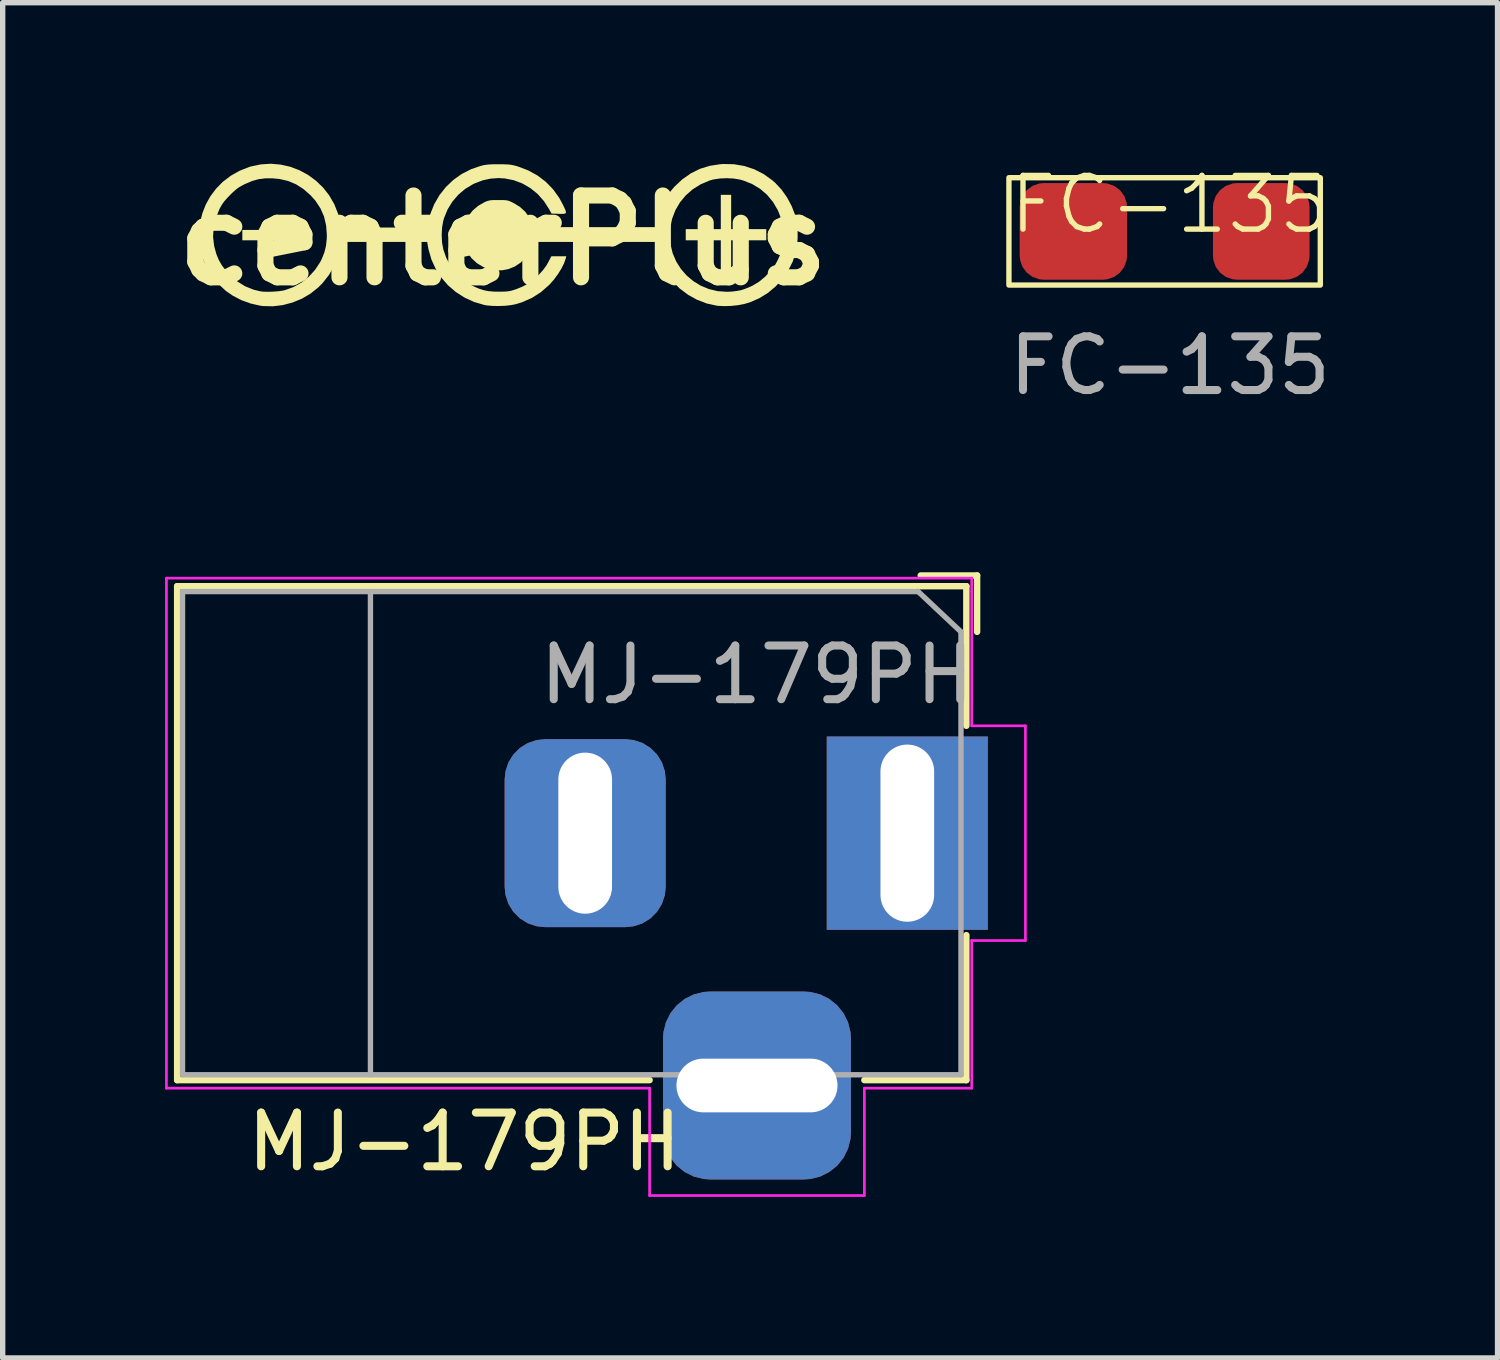
<source format=kicad_pcb>
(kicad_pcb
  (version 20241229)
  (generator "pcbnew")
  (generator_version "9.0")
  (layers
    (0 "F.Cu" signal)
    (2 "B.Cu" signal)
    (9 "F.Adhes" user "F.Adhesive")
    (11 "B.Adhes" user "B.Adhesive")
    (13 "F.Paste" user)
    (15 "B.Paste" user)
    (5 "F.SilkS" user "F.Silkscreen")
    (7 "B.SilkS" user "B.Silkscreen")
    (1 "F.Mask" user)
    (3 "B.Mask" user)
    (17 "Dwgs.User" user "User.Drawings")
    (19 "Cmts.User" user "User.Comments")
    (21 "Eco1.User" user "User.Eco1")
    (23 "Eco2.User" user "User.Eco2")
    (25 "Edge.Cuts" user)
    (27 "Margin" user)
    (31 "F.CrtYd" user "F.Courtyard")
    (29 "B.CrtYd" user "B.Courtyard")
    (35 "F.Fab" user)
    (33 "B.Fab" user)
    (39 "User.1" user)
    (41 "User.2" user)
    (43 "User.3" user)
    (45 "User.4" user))
  (footprint "centerPlus"
    (layer "F.Cu")
    (at 6.321 1.426)
    (property "Reference" "centerPlus" (at 0 0 0) (layer "F.SilkS") (effects (font (size 1.524 1.524) (thickness 0.3))))
    (attr board_only exclude_from_pos_files exclude_from_bom)
    (fp_poly (pts (xy -3.855 0) (xy -4.857 0) (xy -4.857 -0.193) (xy -3.855 -0.193)) (stroke (width 0) (type solid)) (fill yes) (layer "F.SilkS"))
    (fp_poly (pts (xy 4.248 -0.208) (xy 4.902 -0.208) (xy 4.902 0) (xy 4.248 0) (xy 4.248 0.654) (xy 4.055 0.654) (xy 4.055 0) (xy 3.402 0) (xy 3.402 -0.208) (xy 4.055 -0.208) (xy 4.055 -0.847) (xy 4.248 -0.847)) (stroke (width 0) (type solid)) (fill yes) (layer "F.SilkS"))
    (fp_poly (pts (xy 4.301 -1.417) (xy 4.494 -1.384) (xy 4.678 -1.323) (xy 4.851 -1.235) (xy 5.013 -1.119) (xy 5.068 -1.071) (xy 5.185 -0.946) (xy 5.289 -0.799) (xy 5.375 -0.638) (xy 5.44 -0.47) (xy 5.453 -0.423) (xy 5.475 -0.308) (xy 5.486 -0.175) (xy 5.486 -0.035) (xy 5.475 0.1) (xy 5.454 0.215) (xy 5.395 0.396) (xy 5.31 0.565) (xy 5.203 0.721) (xy 5.076 0.86) (xy 4.931 0.981) (xy 4.772 1.079) (xy 4.601 1.154) (xy 4.486 1.188) (xy 4.373 1.209) (xy 4.249 1.222) (xy 4.125 1.226) (xy 4.013 1.221) (xy 3.982 1.218) (xy 3.794 1.177) (xy 3.614 1.108) (xy 3.445 1.015) (xy 3.291 0.899) (xy 3.155 0.761) (xy 3.049 0.62) (xy 2.991 0.522) (xy 2.943 0.421) (xy 2.904 0.311) (xy 2.869 0.183) (xy 2.843 0.063) (xy 2.837 0.03) (xy 0.567 0.03) (xy 0.549 0.085) (xy 0.494 0.214) (xy 0.418 0.325) (xy 0.325 0.417) (xy 0.218 0.488) (xy 0.1 0.536) (xy -0.025 0.56) (xy -0.154 0.559) (xy -0.284 0.532) (xy -0.366 0.499) (xy -0.485 0.428) (xy -0.582 0.34) (xy -0.657 0.239) (xy -0.709 0.129) (xy -0.74 0.011) (xy -0.748 -0.092) (xy 3.104 -0.092) (xy 3.119 0.079) (xy 3.159 0.242) (xy 3.224 0.394) (xy 3.311 0.532) (xy 3.418 0.655) (xy 3.542 0.76) (xy 3.681 0.845) (xy 3.833 0.908) (xy 3.995 0.947) (xy 4.166 0.959) (xy 4.204 0.958) (xy 4.279 0.953) (xy 4.355 0.943) (xy 4.418 0.932) (xy 4.434 0.928) (xy 4.489 0.911) (xy 4.559 0.884) (xy 4.629 0.853) (xy 4.649 0.843) (xy 4.767 0.772) (xy 4.881 0.678) (xy 4.984 0.569) (xy 5.07 0.452) (xy 5.107 0.386) (xy 5.157 0.276) (xy 5.191 0.175) (xy 5.211 0.075) (xy 5.219 -0.038) (xy 5.22 -0.104) (xy 5.219 -0.193) (xy 5.214 -0.262) (xy 5.203 -0.322) (xy 5.186 -0.384) (xy 5.186 -0.386) (xy 5.118 -0.559) (xy 5.028 -0.713) (xy 4.918 -0.846) (xy 4.787 -0.959) (xy 4.639 -1.048) (xy 4.473 -1.114) (xy 4.412 -1.131) (xy 4.299 -1.15) (xy 4.173 -1.157) (xy 4.045 -1.152) (xy 3.925 -1.135) (xy 3.847 -1.114) (xy 3.681 -1.043) (xy 3.532 -0.95) (xy 3.403 -0.837) (xy 3.295 -0.707) (xy 3.209 -0.56) (xy 3.148 -0.4) (xy 3.113 -0.23) (xy 3.104 -0.092) (xy -0.748 -0.092) (xy -0.749 -0.109) (xy -0.736 -0.229) (xy -0.702 -0.346) (xy -0.645 -0.456) (xy -0.566 -0.555) (xy -0.466 -0.641) (xy -0.359 -0.703) (xy -0.314 -0.724) (xy -0.276 -0.737) (xy -0.238 -0.745) (xy -0.19 -0.749) (xy -0.125 -0.75) (xy -0.088 -0.75) (xy -0.014 -0.75) (xy 0.04 -0.747) (xy 0.081 -0.742) (xy 0.117 -0.731) (xy 0.158 -0.713) (xy 0.194 -0.695) (xy 0.309 -0.625) (xy 0.407 -0.537) (xy 0.484 -0.436) (xy 0.536 -0.327) (xy 0.542 -0.308) (xy 0.56 -0.245) (xy 2.844 -0.245) (xy 2.856 -0.326) (xy 2.889 -0.473) (xy 2.947 -0.625) (xy 3.024 -0.774) (xy 3.118 -0.912) (xy 3.192 -0.999) (xy 3.34 -1.137) (xy 3.497 -1.247) (xy 3.666 -1.331) (xy 3.847 -1.387) (xy 4.042 -1.417) (xy 4.1 -1.421)) (stroke (width 0) (type solid)) (fill yes) (layer "F.SilkS"))
    (fp_poly (pts (xy -4.144 -1.41) (xy -3.965 -1.37) (xy -3.794 -1.305) (xy -3.633 -1.218) (xy -3.485 -1.109) (xy -3.353 -0.982) (xy -3.238 -0.835) (xy -3.144 -0.672) (xy -3.078 -0.505) (xy -3.06 -0.445) (xy -3.045 -0.386) (xy -3.037 -0.349) (xy -3.034 -0.325) (xy -3.032 -0.304) (xy -3.029 -0.287) (xy -3.022 -0.273) (xy -3.009 -0.262) (xy -2.988 -0.254) (xy -2.956 -0.247) (xy -2.912 -0.243) (xy -2.851 -0.24) (xy -2.773 -0.238) (xy -2.676 -0.237) (xy -2.555 -0.237) (xy -2.41 -0.237) (xy -2.238 -0.238) (xy -2.213 -0.238) (xy -1.412 -0.238) (xy -1.403 -0.293) (xy -1.356 -0.489) (xy -1.283 -0.672) (xy -1.186 -0.84) (xy -1.067 -0.991) (xy -0.928 -1.124) (xy -0.77 -1.236) (xy -0.595 -1.325) (xy -0.423 -1.384) (xy -0.368 -1.398) (xy -0.314 -1.407) (xy -0.254 -1.413) (xy -0.18 -1.416) (xy -0.084 -1.416) (xy -0.082 -1.416) (xy 0.009 -1.416) (xy 0.078 -1.413) (xy 0.133 -1.409) (xy 0.182 -1.4) (xy 0.232 -1.388) (xy 0.274 -1.376) (xy 0.466 -1.303) (xy 0.641 -1.207) (xy 0.796 -1.089) (xy 0.931 -0.95) (xy 1.045 -0.791) (xy 1.107 -0.677) (xy 1.143 -0.603) (xy 1.165 -0.551) (xy 1.171 -0.518) (xy 1.16 -0.5) (xy 1.13 -0.493) (xy 1.08 -0.492) (xy 1.037 -0.493) (xy 0.902 -0.498) (xy 0.858 -0.579) (xy 0.76 -0.731) (xy 0.644 -0.862) (xy 0.51 -0.971) (xy 0.362 -1.057) (xy 0.202 -1.118) (xy 0.033 -1.152) (xy -0.089 -1.159) (xy -0.239 -1.148) (xy -0.383 -1.116) (xy -0.531 -1.059) (xy -0.564 -1.043) (xy -0.707 -0.957) (xy -0.835 -0.848) (xy -0.945 -0.72) (xy -1.034 -0.575) (xy -1.098 -0.418) (xy -1.115 -0.362) (xy -1.137 -0.236) (xy -1.144 -0.096) (xy -1.137 0.043) (xy -1.114 0.169) (xy -1.058 0.329) (xy -0.977 0.479) (xy -0.872 0.615) (xy -0.747 0.732) (xy -0.606 0.828) (xy -0.559 0.853) (xy -0.459 0.897) (xy -0.367 0.928) (xy -0.273 0.947) (xy -0.166 0.956) (xy -0.074 0.957) (xy 0.008 0.956) (xy 0.069 0.953) (xy 0.12 0.946) (xy 0.168 0.935) (xy 0.223 0.917) (xy 0.242 0.911) (xy 0.361 0.863) (xy 0.462 0.809) (xy 0.555 0.743) (xy 0.649 0.657) (xy 0.661 0.646) (xy 0.743 0.556) (xy 0.805 0.471) (xy 0.839 0.412) (xy 0.899 0.297) (xy 1.038 0.297) (xy 1.177 0.297) (xy 1.167 0.338) (xy 1.136 0.427) (xy 1.086 0.527) (xy 1.021 0.631) (xy 0.945 0.734) (xy 0.863 0.827) (xy 0.852 0.837) (xy 0.702 0.968) (xy 0.537 1.073) (xy 0.356 1.153) (xy 0.236 1.19) (xy 0.144 1.208) (xy 0.034 1.22) (xy -0.083 1.224) (xy -0.198 1.222) (xy -0.3 1.213) (xy -0.349 1.205) (xy -0.541 1.148) (xy -0.72 1.066) (xy -0.882 0.962) (xy -1.027 0.837) (xy -1.152 0.693) (xy -1.255 0.533) (xy -1.335 0.358) (xy -1.389 0.171) (xy -1.398 0.124) (xy -1.414 0.03) (xy -3.014 0.03) (xy -3.023 0.085) (xy -3.071 0.286) (xy -3.145 0.473) (xy -3.243 0.645) (xy -3.365 0.8) (xy -3.444 0.879) (xy -3.588 0.994) (xy -3.749 1.088) (xy -3.923 1.159) (xy -4.103 1.207) (xy -4.287 1.229) (xy -4.468 1.225) (xy -4.523 1.218) (xy -4.7 1.178) (xy -4.872 1.116) (xy -5.033 1.033) (xy -5.162 0.944) (xy -5.307 0.81) (xy -5.426 0.665) (xy -5.521 0.508) (xy -5.592 0.344) (xy -5.64 0.175) (xy -5.663 0.003) (xy -5.664 -0.065) (xy -5.402 -0.065) (xy -5.382 0.107) (xy -5.341 0.256) (xy -5.295 0.368) (xy -5.237 0.469) (xy -5.163 0.566) (xy -5.087 0.647) (xy -4.951 0.766) (xy -4.804 0.857) (xy -4.644 0.921) (xy -4.523 0.95) (xy -4.454 0.958) (xy -4.367 0.959) (xy -4.271 0.956) (xy -4.178 0.948) (xy -4.097 0.936) (xy -4.063 0.928) (xy -3.902 0.87) (xy -3.753 0.786) (xy -3.619 0.679) (xy -3.503 0.551) (xy -3.407 0.406) (xy -3.377 0.347) (xy -3.329 0.225) (xy -3.299 0.105) (xy -3.285 -0.026) (xy -3.283 -0.098) (xy -3.296 -0.276) (xy -3.335 -0.442) (xy -3.402 -0.595) (xy -3.495 -0.737) (xy -3.587 -0.839) (xy -3.719 -0.955) (xy -3.857 -1.043) (xy -4.005 -1.105) (xy -4.165 -1.142) (xy -4.293 -1.154) (xy -4.432 -1.154) (xy -4.556 -1.138) (xy -4.677 -1.104) (xy -4.805 -1.049) (xy -4.813 -1.046) (xy -4.879 -1.011) (xy -4.934 -0.978) (xy -4.984 -0.939) (xy -5.04 -0.889) (xy -5.088 -0.841) (xy -5.153 -0.773) (xy -5.202 -0.715) (xy -5.24 -0.66) (xy -5.274 -0.6) (xy -5.284 -0.579) (xy -5.353 -0.408) (xy -5.392 -0.236) (xy -5.402 -0.065) (xy -5.664 -0.065) (xy -5.665 -0.171) (xy -5.643 -0.342) (xy -5.6 -0.509) (xy -5.536 -0.67) (xy -5.451 -0.822) (xy -5.345 -0.963) (xy -5.22 -1.09) (xy -5.075 -1.201) (xy -4.911 -1.294) (xy -4.729 -1.366) (xy -4.698 -1.375) (xy -4.513 -1.414) (xy -4.327 -1.426)) (stroke (width 0) (type solid)) (fill yes) (layer "F.SilkS")))
  (footprint "MJ-179PH"
    (layer "F.Cu")
    (at 0.25 12.419)
    (property "Reference" "MJ-179PH" (at 5.35 5.8 0) (layer "F.SilkS") (effects (font (size 1 1) (thickness 0.15))))
    (attr through_hole)
    (fp_line (start 0 -4.55) (end 14.7 -4.55) (stroke (width 0.12) (type solid)) (layer "F.SilkS"))
    (fp_line (start 0 4.65) (end 0 -4.55) (stroke (width 0.12) (type solid)) (layer "F.SilkS"))
    (fp_line (start 8.8 4.65) (end 0 4.65) (stroke (width 0.12) (type solid)) (layer "F.SilkS"))
    (fp_line (start 13.85 -4.75) (end 14.9 -4.75) (stroke (width 0.12) (type solid)) (layer "F.SilkS"))
    (fp_line (start 14.7 -4.55) (end 14.7 -1.95) (stroke (width 0.12) (type solid)) (layer "F.SilkS"))
    (fp_line (start 14.7 1.95) (end 14.7 4.65) (stroke (width 0.12) (type solid)) (layer "F.SilkS"))
    (fp_line (start 14.7 4.65) (end 12.8 4.65) (stroke (width 0.12) (type solid)) (layer "F.SilkS"))
    (fp_line (start 14.9 -3.7) (end 14.9 -4.75) (stroke (width 0.12) (type solid)) (layer "F.SilkS"))
    (fp_line (start -0.2 4.8) (end -0.2 -4.7) (stroke (width 0.05) (type solid)) (layer "F.CrtYd"))
    (fp_line (start 8.8 4.8) (end -0.2 4.8) (stroke (width 0.05) (type solid)) (layer "F.CrtYd"))
    (fp_line (start 8.8 6.8) (end 8.8 4.8) (stroke (width 0.05) (type solid)) (layer "F.CrtYd"))
    (fp_line (start 12.8 4.8) (end 12.8 6.8) (stroke (width 0.05) (type solid)) (layer "F.CrtYd"))
    (fp_line (start 12.8 6.8) (end 8.8 6.8) (stroke (width 0.05) (type solid)) (layer "F.CrtYd"))
    (fp_line (start 14.8 -4.7) (end -0.2 -4.7) (stroke (width 0.05) (type solid)) (layer "F.CrtYd"))
    (fp_line (start 14.8 -4.45) (end 14.8 -4.7) (stroke (width 0.05) (type solid)) (layer "F.CrtYd"))
    (fp_line (start 14.8 -4.45) (end 14.8 -1.95) (stroke (width 0.05) (type solid)) (layer "F.CrtYd"))
    (fp_line (start 14.8 -1.95) (end 15.8 -1.95) (stroke (width 0.05) (type solid)) (layer "F.CrtYd"))
    (fp_line (start 14.8 2.05) (end 14.8 4.8) (stroke (width 0.05) (type solid)) (layer "F.CrtYd"))
    (fp_line (start 14.8 4.8) (end 12.8 4.8) (stroke (width 0.05) (type solid)) (layer "F.CrtYd"))
    (fp_line (start 15.8 -1.95) (end 15.8 2.05) (stroke (width 0.05) (type solid)) (layer "F.CrtYd"))
    (fp_line (start 15.8 2.05) (end 14.8 2.05) (stroke (width 0.05) (type solid)) (layer "F.CrtYd"))
    (fp_line (start 0.1 -4.45) (end 0.1 4.55) (stroke (width 0.1) (type solid)) (layer "F.Fab"))
    (fp_line (start 0.1 4.55) (end 14.6 4.55) (stroke (width 0.1) (type solid)) (layer "F.Fab"))
    (fp_line (start 3.6 -4.45) (end 3.6 4.55) (stroke (width 0.1) (type solid)) (layer "F.Fab"))
    (fp_line (start 13.797 -4.455) (end 14.6 -3.7) (stroke (width 0.1) (type solid)) (layer "F.Fab"))
    (fp_line (start 13.8 -4.45) (end 0.1 -4.45) (stroke (width 0.1) (type solid)) (layer "F.Fab"))
    (fp_line (start 14.6 4.55) (end 14.6 -3.7) (stroke (width 0.1) (type solid)) (layer "F.Fab"))
    (fp_text user "${REFERENCE}" (at 10.8 -2.9 0) (layer "F.Fab") (effects (font (size 1 1) (thickness 0.15))))
    (pad "1" thru_hole rect (at 13.6 0.05) (size 3 3.6) (drill oval 1 3.3) (layers "*.Cu" "*.Mask"))
    (pad "2" thru_hole roundrect (at 7.6 0.05) (size 3 3.5) (drill oval 1 3) (layers "*.Cu" "*.Mask") (roundrect_rratio 0.25))
    (pad "3" thru_hole roundrect (at 10.8 4.75) (size 3.5 3.5) (drill oval 3 1) (layers "*.Cu" "*.Mask") (roundrect_rratio 0.25)))
  (footprint "FC-135"
    (layer "F.Cu")
    (at 18.743 1.26)
    (property "Reference" "FC-135" (at 0 -0.5 0) (unlocked yes) (layer "F.SilkS") (effects (font (size 1 1) (thickness 0.1))))
    (attr smd)
    (fp_rect (start -3 -1) (end 2.8 1) (stroke (width 0.1) (type default)) (fill no) (layer "F.SilkS"))
    (fp_text user "${REFERENCE}" (at 0 2.5 0) (unlocked yes) (layer "F.Fab") (effects (font (size 1 1) (thickness 0.15))))
    (pad "1" smd roundrect (at -1.8 0) (size 2 1.8) (layers "F.Cu" "F.Mask" "F.Paste") (roundrect_rratio 0.25))
    (pad "2" smd roundrect (at 1.7 0) (size 1.8 1.8) (layers "F.Cu" "F.Mask" "F.Paste") (roundrect_rratio 0.25)))
  (gr_rect
    (start -3 -3)
    (end 24.844 22.244)
    (stroke (width 0.1) (type default))
    (fill no)
    (layer "Edge.Cuts")))
</source>
